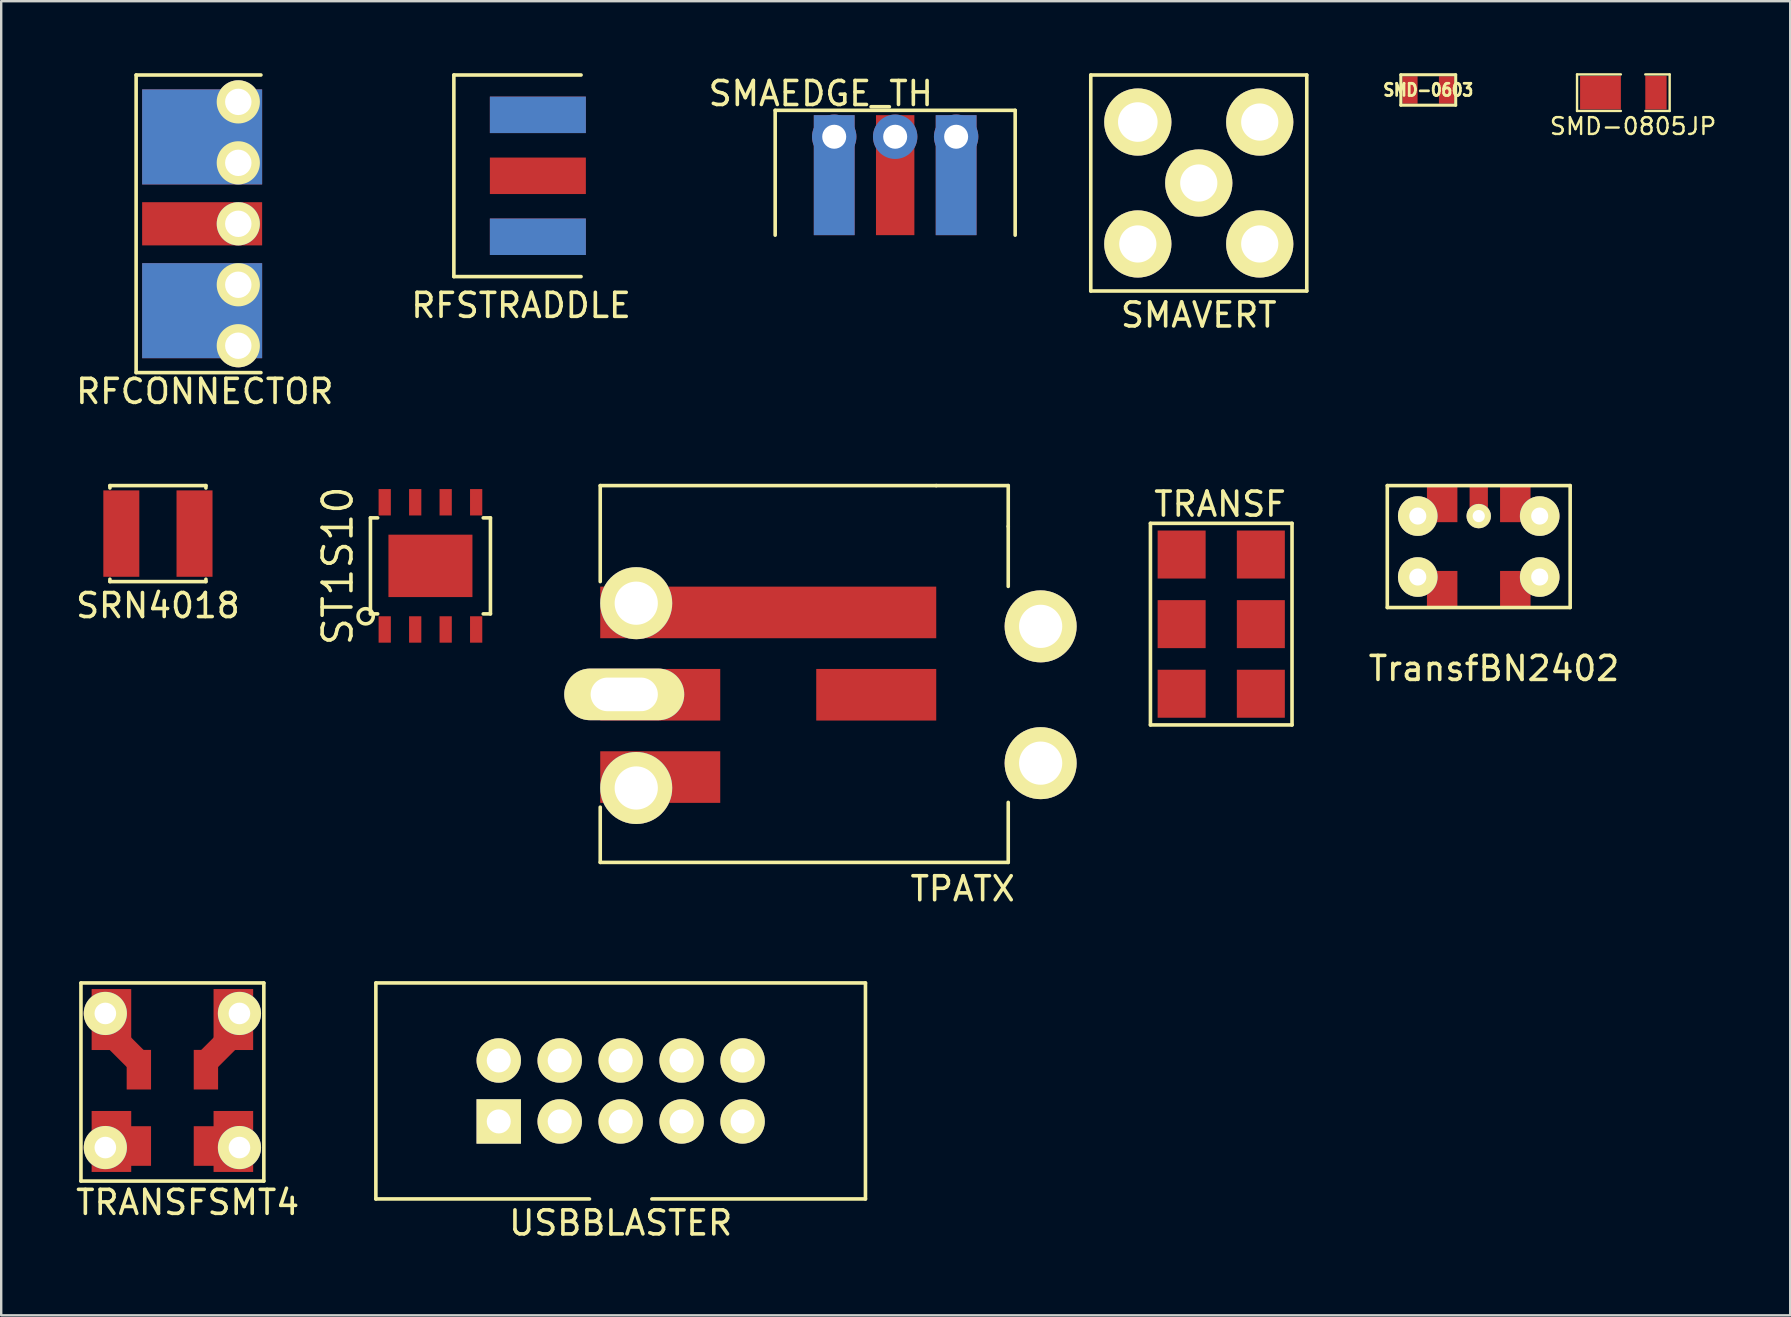
<source format=kicad_pcb>
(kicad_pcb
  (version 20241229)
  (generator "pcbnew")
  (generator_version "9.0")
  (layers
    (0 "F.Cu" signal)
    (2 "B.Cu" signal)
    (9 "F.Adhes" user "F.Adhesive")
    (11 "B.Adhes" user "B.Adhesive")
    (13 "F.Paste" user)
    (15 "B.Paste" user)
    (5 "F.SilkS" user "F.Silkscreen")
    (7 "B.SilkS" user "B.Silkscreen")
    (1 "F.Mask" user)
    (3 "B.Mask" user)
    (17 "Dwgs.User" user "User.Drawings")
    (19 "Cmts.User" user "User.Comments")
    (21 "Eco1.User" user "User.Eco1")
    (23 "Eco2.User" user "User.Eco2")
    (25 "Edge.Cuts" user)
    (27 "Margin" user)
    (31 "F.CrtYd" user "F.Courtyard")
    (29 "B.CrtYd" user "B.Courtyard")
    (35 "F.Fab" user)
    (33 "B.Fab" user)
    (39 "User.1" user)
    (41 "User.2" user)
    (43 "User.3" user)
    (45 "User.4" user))
  (footprint "SMAEDGE_TH"
    (layer "F.Cu")
    (at 34.249 6.948)
    (property "Reference" "SMAEDGE_TH" (at -3.1 -6.1 0) (layer "F.SilkS") (effects (font (size 1 1) (thickness 0.15))))
    (attr through_hole)
    (fp_line (start -5 -5.4) (end 5 -5.4) (stroke (width 0.15) (type solid)) (layer "F.SilkS"))
    (fp_line (start -5 -0.2) (end -5 -5.4) (stroke (width 0.15) (type solid)) (layer "F.SilkS"))
    (fp_line (start 5 -5.4) (end 5 -0.2) (stroke (width 0.15) (type solid)) (layer "F.SilkS"))
    (pad "1" thru_hole circle (at 0 -4.3) (size 1.85 1.85) (drill 1) (layers "*.Cu" "*.Mask"))
    (pad "1" smd rect (at 0 -2.7) (size 1.6 5) (layers "F.Cu" "F.Mask" "F.Paste"))
    (pad "2" thru_hole circle (at -2.54 -4.3) (size 1.85 1.85) (drill 1) (layers "*.Cu" "*.Mask"))
    (pad "2" smd rect (at -2.54 -2.7) (size 1.7 5) (layers "F.Cu" "F.Mask" "F.Paste"))
    (pad "2" smd rect (at -2.54 -2.7) (size 1.7 5) (layers "B.Cu" "B.Mask" "B.Paste"))
    (pad "2" thru_hole circle (at 2.54 -4.3) (size 1.85 1.85) (drill 1) (layers "*.Cu" "*.Mask"))
    (pad "2" smd rect (at 2.54 -2.7) (size 1.7 5) (layers "F.Cu" "F.Mask" "F.Paste"))
    (pad "2" smd rect (at 2.54 -2.7) (size 1.7 5) (layers "*.Paste" "B.Cu" "B.Mask")))
  (footprint "SMAVERT"
    (layer "F.Cu")
    (at 46.899 4.575)
    (property "Reference" "SMAVERT" (at 0 5.5 0) (layer "F.SilkS") (effects (font (size 1 1) (thickness 0.15))))
    (attr through_hole)
    (fp_line (start -4.5 -4.5) (end -4.5 4.5) (stroke (width 0.15) (type solid)) (layer "F.SilkS"))
    (fp_line (start -4.5 4.5) (end 4.5 4.5) (stroke (width 0.15) (type solid)) (layer "F.SilkS"))
    (fp_line (start 4.5 -4.5) (end -4.5 -4.5) (stroke (width 0.15) (type solid)) (layer "F.SilkS"))
    (fp_line (start 4.5 4.5) (end 4.5 -4.5) (stroke (width 0.15) (type solid)) (layer "F.SilkS"))
    (pad "1" thru_hole circle (at 0 0) (size 2.8 2.8) (drill 1.55) (layers "*.Cu" "*.Mask" "F.SilkS"))
    (pad "2" thru_hole circle (at -2.54 -2.54) (size 2.8 2.8) (drill 1.65) (layers "*.Cu" "*.Mask" "F.SilkS"))
    (pad "2" thru_hole circle (at -2.54 2.54) (size 2.8 2.8) (drill 1.55) (layers "*.Cu" "*.Mask" "F.SilkS"))
    (pad "2" thru_hole circle (at 2.54 -2.54) (size 2.8 2.8) (drill 1.55) (layers "*.Cu" "*.Mask" "F.SilkS"))
    (pad "2" thru_hole circle (at 2.54 2.54) (size 2.8 2.8) (drill 1.55) (layers "*.Cu" "*.Mask" "F.SilkS")))
  (footprint "SMD-0603"
    (layer "F.Cu")
    (at 56.461 0.699)
    (property "Reference" "SMD-0603" (at 0 0 0) (layer "F.SilkS") (effects (font (size 0.508 0.457) (thickness 0.114))))
    (attr smd)
    (fp_line (start -1.143 -0.635) (end 1.143 -0.635) (stroke (width 0.127) (type solid)) (layer "F.SilkS"))
    (fp_line (start -1.143 0.635) (end -1.143 -0.635) (stroke (width 0.127) (type solid)) (layer "F.SilkS"))
    (fp_line (start 1.143 -0.635) (end 1.143 0.635) (stroke (width 0.127) (type solid)) (layer "F.SilkS"))
    (fp_line (start 1.143 0.635) (end -1.143 0.635) (stroke (width 0.127) (type solid)) (layer "F.SilkS"))
    (pad "1" smd rect (at -0.762 0) (size 0.635 1.143) (layers "F.Cu" "F.Mask" "F.Paste"))
    (pad "2" smd rect (at 0.762 0) (size 0.635 1.143) (layers "F.Cu" "F.Mask" "F.Paste")))
  (footprint "TPATX"
    (layer "F.Cu")
    (at 28.96 24.183)
    (property "Reference" "TPATX" (at 8.1 9.8 0) (layer "F.SilkS") (effects (font (size 1 1) (thickness 0.15))))
    (attr through_hole)
    (fp_line (start -7 -7) (end 7 -7) (stroke (width 0.15) (type solid)) (layer "F.SilkS"))
    (fp_line (start -7 -3) (end -7 -7) (stroke (width 0.15) (type solid)) (layer "F.SilkS"))
    (fp_line (start -7 6.4) (end -7 8.7) (stroke (width 0.15) (type solid)) (layer "F.SilkS"))
    (fp_line (start -7 8.7) (end 10 8.7) (stroke (width 0.15) (type solid)) (layer "F.SilkS"))
    (fp_line (start 7 -7) (end 10 -7) (stroke (width 0.15) (type solid)) (layer "F.SilkS"))
    (fp_line (start 10 -7) (end 10 -5.3) (stroke (width 0.15) (type solid)) (layer "F.SilkS"))
    (fp_line (start 10 -5.3) (end 10 -2.8) (stroke (width 0.15) (type solid)) (layer "F.SilkS"))
    (fp_line (start 10 8.7) (end 10 6.2) (stroke (width 0.15) (type solid)) (layer "F.SilkS"))
    (pad "1" thru_hole circle (at -5.5 -2.1) (size 3 3) (drill 1.8) (layers "*.Cu" "*.Mask" "F.SilkS"))
    (pad "1" smd rect (at 0 -1.715) (size 14 2.15) (layers "F.Cu" "F.Mask" "F.Paste"))
    (pad "2" thru_hole oval (at -6 1.7) (size 5 2.15) (drill oval 2.8 1.4) (layers "*.Cu" "*.Mask" "F.SilkS"))
    (pad "2" smd rect (at -4.5 1.715) (size 5 2.15) (layers "F.Cu" "F.Mask" "F.Paste"))
    (pad "3" thru_hole circle (at -5.5 5.6) (size 3 3) (drill 1.8) (layers "*.Cu" "*.Mask" "F.SilkS"))
    (pad "3" smd rect (at -4.5 5.145) (size 5 2.15) (layers "F.Cu" "F.Mask" "F.Paste"))
    (pad "4" thru_hole circle (at 11.35 4.565) (size 3 3) (drill 1.8) (layers "*.Cu" "*.Mask" "F.SilkS"))
    (pad "5" smd rect (at 4.5 1.715) (size 5 2.15) (layers "F.Cu" "F.Mask" "F.Paste"))
    (pad "5" thru_hole circle (at 11.35 -1.135) (size 3 3) (drill 1.8) (layers "*.Cu" "*.Mask" "F.SilkS")))
  (footprint "RFCONNECTOR"
    (layer "F.Cu")
    (at 8.022 6.275)
    (property "Reference" "RFCONNECTOR" (at -2.54 6.985 0) (layer "F.SilkS") (effects (font (size 1 1) (thickness 0.15))))
    (attr through_hole)
    (fp_line (start -5.4 -6.2) (end -0.2 -6.2) (stroke (width 0.15) (type solid)) (layer "F.SilkS"))
    (fp_line (start -5.4 6.2) (end -5.4 -6.2) (stroke (width 0.15) (type solid)) (layer "F.SilkS"))
    (fp_line (start -0.2 6.2) (end -5.4 6.2) (stroke (width 0.15) (type solid)) (layer "F.SilkS"))
    (pad "1" smd rect (at -2.65 0) (size 5 1.8) (layers "F.Cu" "F.Mask" "F.Paste"))
    (pad "1" thru_hole circle (at -1.143 0) (size 1.8 1.8) (drill 1.1) (layers "*.Cu" "*.Mask" "F.SilkS"))
    (pad "2" smd rect (at -2.65 -3.62) (size 5 3.96) (layers "F.Cu" "F.Mask" "F.Paste"))
    (pad "2" smd rect (at -2.65 -3.62) (size 5 3.96) (layers "B.Cu" "B.Mask" "B.Paste"))
    (pad "2" smd rect (at -2.65 3.62) (size 5 3.96) (layers "F.Cu" "F.Mask" "F.Paste"))
    (pad "2" smd rect (at -2.65 3.62) (size 5 3.96) (layers "B.Cu" "B.Mask" "B.Paste"))
    (pad "2" thru_hole circle (at -1.143 -5.08) (size 1.8 1.8) (drill 1.1) (layers "*.Cu" "*.Mask" "F.SilkS"))
    (pad "2" thru_hole circle (at -1.143 -2.54) (size 1.8 1.8) (drill 1.1) (layers "*.Cu" "*.Mask" "F.SilkS"))
    (pad "2" thru_hole circle (at -1.143 2.54) (size 1.8 1.8) (drill 1.1) (layers "*.Cu" "*.Mask" "F.SilkS"))
    (pad "2" thru_hole circle (at -1.143 5.08) (size 1.8 1.8) (drill 1.1) (layers "*.Cu" "*.Mask" "F.SilkS")))
  (footprint "SRN4018"
    (layer "F.Cu")
    (at 3.53 19.183)
    (property "Reference" "SRN4018" (at 0 3 0) (layer "F.SilkS") (effects (font (size 1 1) (thickness 0.15))))
    (attr through_hole)
    (fp_line (start -2 -2) (end 2 -2) (stroke (width 0.15) (type solid)) (layer "F.SilkS"))
    (fp_line (start -2 -1.9) (end -2 -2) (stroke (width 0.15) (type solid)) (layer "F.SilkS"))
    (fp_line (start -2 1.9) (end -2 2) (stroke (width 0.15) (type solid)) (layer "F.SilkS"))
    (fp_line (start -2 2) (end 2 2) (stroke (width 0.15) (type solid)) (layer "F.SilkS"))
    (fp_line (start 2 -2) (end 2 -1.9) (stroke (width 0.15) (type solid)) (layer "F.SilkS"))
    (fp_line (start 2 2) (end 2 1.9) (stroke (width 0.15) (type solid)) (layer "F.SilkS"))
    (pad "1" smd rect (at -1.525 0) (size 1.5 3.6) (layers "F.Cu" "F.Mask" "F.Paste"))
    (pad "2" smd rect (at 1.525 0) (size 1.5 3.6) (layers "F.Cu" "F.Mask" "F.Paste")))
  (footprint "TransfBN2402"
    (layer "F.Cu")
    (at 58.564 19.723)
    (property "Reference" "TransfBN2402" (at 0.635 5.08 0) (layer "F.SilkS") (effects (font (size 1 1) (thickness 0.15))))
    (attr through_hole)
    (fp_line (start -3.81 -2.54) (end -3.81 2.54) (stroke (width 0.15) (type solid)) (layer "F.SilkS"))
    (fp_line (start -3.81 -2.54) (end 3.81 -2.54) (stroke (width 0.15) (type solid)) (layer "F.SilkS"))
    (fp_line (start -3.81 2.54) (end 3.81 2.54) (stroke (width 0.15) (type solid)) (layer "F.SilkS"))
    (fp_line (start 3.81 2.54) (end 3.81 -2.54) (stroke (width 0.15) (type solid)) (layer "F.SilkS"))
    (pad "1" smd rect (at 1.524 -1.778) (size 1.27 1.524) (layers "F.Cu" "F.Mask" "F.Paste"))
    (pad "1" thru_hole circle (at 2.54 -1.27) (size 1.651 1.651) (drill 0.711) (layers "*.Cu" "*.Mask" "F.SilkS"))
    (pad "2" smd rect (at 0 -2.032) (size 0.762 1.016) (layers "F.Cu" "F.Mask" "F.Paste"))
    (pad "2" thru_hole circle (at 0 -1.27) (size 1.016 1.016) (drill 0.508) (layers "*.Cu" "*.Mask" "F.SilkS"))
    (pad "3" thru_hole circle (at -2.54 -1.27) (size 1.651 1.651) (drill 0.711) (layers "*.Cu" "*.Mask" "F.SilkS"))
    (pad "3" smd rect (at -1.524 -1.778) (size 1.27 1.524) (layers "F.Cu" "F.Mask" "F.Paste"))
    (pad "4" thru_hole circle (at -2.54 1.27) (size 1.651 1.651) (drill 0.711) (layers "*.Cu" "*.Mask" "F.SilkS"))
    (pad "4" smd rect (at -1.524 1.778) (size 1.27 1.524) (layers "F.Cu" "F.Mask" "F.Paste"))
    (pad "6" smd rect (at 1.524 1.778) (size 1.27 1.524) (layers "F.Cu" "F.Mask" "F.Paste"))
    (pad "6" thru_hole circle (at 2.54 1.27) (size 1.651 1.651) (drill 0.711) (layers "*.Cu" "*.Mask" "F.SilkS")))
  (footprint "ST1S10"
    (layer "F.Cu")
    (at 14.885 20.528)
    (property "Reference" "ST1S10" (at -3.86 0 90) (layer "F.SilkS") (effects (font (size 1.2 1.2) (thickness 0.15))))
    (attr through_hole)
    (fp_line (start -2.5 -2) (end -2.5 2) (stroke (width 0.15) (type solid)) (layer "F.SilkS"))
    (fp_line (start -2.5 2) (end -2.2 2) (stroke (width 0.15) (type solid)) (layer "F.SilkS"))
    (fp_line (start -2.2 -2) (end -2.5 -2) (stroke (width 0.15) (type solid)) (layer "F.SilkS"))
    (fp_line (start 2.2 2) (end 2.5 2) (stroke (width 0.15) (type solid)) (layer "F.SilkS"))
    (fp_line (start 2.5 -2) (end 2.2 -2) (stroke (width 0.15) (type solid)) (layer "F.SilkS"))
    (fp_line (start 2.5 2) (end 2.5 -2) (stroke (width 0.15) (type solid)) (layer "F.SilkS"))
    (fp_circle (center -2.7 2.1) (end -2.8 1.8) (stroke (width 0.15) (type solid)) (fill no) (layer "F.SilkS"))
    (pad "1" smd rect (at -1.905 2.65) (size 0.51 1.1) (layers "F.Cu" "F.Mask" "F.Paste"))
    (pad "2" smd rect (at -0.635 2.65) (size 0.51 1.1) (layers "F.Cu" "F.Mask" "F.Paste"))
    (pad "3" smd rect (at 0.635 2.65) (size 0.51 1.1) (layers "F.Cu" "F.Mask" "F.Paste"))
    (pad "4" smd rect (at 1.905 2.65) (size 0.51 1.1) (layers "F.Cu" "F.Mask" "F.Paste"))
    (pad "5" smd rect (at 1.905 -2.65) (size 0.51 1.1) (layers "F.Cu" "F.Mask" "F.Paste"))
    (pad "6" smd rect (at 0.635 -2.65) (size 0.51 1.1) (layers "F.Cu" "F.Mask" "F.Paste"))
    (pad "7" smd rect (at -0.635 -2.65) (size 0.51 1.1) (layers "F.Cu" "F.Mask" "F.Paste"))
    (pad "8" smd rect (at -1.905 -2.65) (size 0.51 1.1) (layers "F.Cu" "F.Mask" "F.Paste"))
    (pad "9" smd rect (at 0 0) (size 3.5 2.6) (layers "F.Cu" "F.Mask" "F.Paste")))
  (footprint "USBBLASTER"
    (layer "F.Cu")
    (at 22.811 42.407)
    (property "Reference" "USBBLASTER" (at 0 5.5 0) (layer "F.SilkS") (effects (font (size 1 1) (thickness 0.15))))
    (attr through_hole)
    (fp_line (start -10.2 -4.5) (end 10.2 -4.5) (stroke (width 0.15) (type solid)) (layer "F.SilkS"))
    (fp_line (start -10.2 4.5) (end -10.2 -4.5) (stroke (width 0.15) (type solid)) (layer "F.SilkS"))
    (fp_line (start -1.3 4.5) (end -10.2 4.5) (stroke (width 0.15) (type solid)) (layer "F.SilkS"))
    (fp_line (start 10.2 -4.5) (end 10.2 4.5) (stroke (width 0.15) (type solid)) (layer "F.SilkS"))
    (fp_line (start 10.2 4.5) (end 1.3 4.5) (stroke (width 0.15) (type solid)) (layer "F.SilkS"))
    (pad "1" thru_hole rect (at -5.08 1.27) (size 1.85 1.85) (drill 1) (layers "*.Cu" "*.Mask" "F.SilkS"))
    (pad "2" thru_hole circle (at -5.08 -1.27) (size 1.85 1.85) (drill 1) (layers "*.Cu" "*.Mask" "F.SilkS"))
    (pad "3" thru_hole circle (at -2.54 1.27) (size 1.85 1.85) (drill 1) (layers "*.Cu" "*.Mask" "F.SilkS"))
    (pad "4" thru_hole circle (at -2.54 -1.27) (size 1.85 1.85) (drill 1) (layers "*.Cu" "*.Mask" "F.SilkS"))
    (pad "5" thru_hole circle (at 0 1.27) (size 1.85 1.85) (drill 1) (layers "*.Cu" "*.Mask" "F.SilkS"))
    (pad "6" thru_hole circle (at 0 -1.27) (size 1.85 1.85) (drill 1) (layers "*.Cu" "*.Mask" "F.SilkS"))
    (pad "7" thru_hole circle (at 2.54 1.27) (size 1.85 1.85) (drill 1) (layers "*.Cu" "*.Mask" "F.SilkS"))
    (pad "8" thru_hole circle (at 2.54 -1.27) (size 1.85 1.85) (drill 1) (layers "*.Cu" "*.Mask" "F.SilkS"))
    (pad "9" thru_hole circle (at 5.08 1.27) (size 1.85 1.85) (drill 1) (layers "*.Cu" "*.Mask" "F.SilkS"))
    (pad "10" thru_hole circle (at 5.08 -1.27) (size 1.85 1.85) (drill 1) (layers "*.Cu" "*.Mask" "F.SilkS")))
  (footprint "TRANSF"
    (layer "F.Cu")
    (at 45.985 26.056)
    (property "Reference" "TRANSF" (at 1.8 -8.1 0) (layer "F.SilkS") (effects (font (size 1 1) (thickness 0.15))))
    (attr through_hole)
    (fp_line (start -1.1 -7.3) (end -1.1 1.1) (stroke (width 0.15) (type solid)) (layer "F.SilkS"))
    (fp_line (start -1.1 -7.3) (end 4.8 -7.3) (stroke (width 0.15) (type solid)) (layer "F.SilkS"))
    (fp_line (start 4.8 -7.3) (end 4.8 1.1) (stroke (width 0.15) (type solid)) (layer "F.SilkS"))
    (fp_line (start 4.8 1.1) (end -1.1 1.1) (stroke (width 0.15) (type solid)) (layer "F.SilkS"))
    (pad "1" smd rect (at 0.2 -0.2) (size 2 2) (layers "F.Cu" "F.Mask" "F.Paste"))
    (pad "2" smd rect (at 0.2 -3.1) (size 2 2) (layers "F.Cu" "F.Mask" "F.Paste"))
    (pad "3" smd rect (at 3.5 -0.2) (size 2 2) (layers "F.Cu" "F.Mask" "F.Paste"))
    (pad "4" smd rect (at 0.2 -6) (size 2 2) (layers "F.Cu" "F.Mask" "F.Paste"))
    (pad "5" smd rect (at 3.5 -6) (size 2 2) (layers "F.Cu" "F.Mask" "F.Paste"))
    (pad "6" smd rect (at 3.5 -3.1) (size 2 2) (layers "F.Cu" "F.Mask" "F.Paste")))
  (footprint "RFSTRADDLE"
    (layer "F.Cu")
    (at 19.361 4.275)
    (property "Reference" "RFSTRADDLE" (at -0.7 5.4 0) (layer "F.SilkS") (effects (font (size 1 1) (thickness 0.15))))
    (attr through_hole)
    (fp_line (start -3.5 -4.2) (end -3.5 4.2) (stroke (width 0.15) (type solid)) (layer "F.SilkS"))
    (fp_line (start 1.8 -4.2) (end -3.5 -4.2) (stroke (width 0.15) (type solid)) (layer "F.SilkS"))
    (fp_line (start 1.8 4.2) (end -3.5 4.2) (stroke (width 0.15) (type solid)) (layer "F.SilkS"))
    (pad "1" smd rect (at 0 0) (size 4 1.52) (layers "F.Cu" "F.Mask" "F.Paste"))
    (pad "2" smd rect (at 0 -2.54) (size 4 1.52) (layers "F.Cu" "F.Mask" "F.Paste"))
    (pad "2" smd rect (at 0 -2.54) (size 4 1.52) (layers "F.Mask" "B.Cu" "F.Paste"))
    (pad "2" smd rect (at 0 2.54) (size 4 1.52) (layers "F.Cu" "F.Mask" "F.Paste"))
    (pad "2" smd rect (at 0 2.54) (size 4 1.52) (layers "F.Mask" "B.Cu" "F.Paste")))
  (footprint "TRANSFSMT4"
    (layer "F.Cu")
    (at 4.133 41.971)
    (property "Reference" "TRANSFSMT4" (at 0.635 5.08 0) (layer "F.SilkS") (effects (font (size 1 1) (thickness 0.15))))
    (attr through_hole)
    (fp_line (start -3.81 -4.064) (end -3.81 4.191) (stroke (width 0.15) (type solid)) (layer "F.SilkS"))
    (fp_line (start -3.81 -4.064) (end 3.81 -4.064) (stroke (width 0.15) (type solid)) (layer "F.SilkS"))
    (fp_line (start -3.81 4.191) (end 3.81 4.191) (stroke (width 0.15) (type solid)) (layer "F.SilkS"))
    (fp_line (start 3.81 4.191) (end 3.81 -4.064) (stroke (width 0.15) (type solid)) (layer "F.SilkS"))
    (pad "1" smd rect (at 1.397 -0.45) (size 1.015 1.65) (layers "F.Cu" "F.Mask" "F.Paste"))
    (pad "1" smd rect (at 1.905 -1.27 45) (size 1 1) (layers "F.Cu" "F.Mask" "F.Paste"))
    (pad "1" smd rect (at 2.54 -2.54) (size 1.65 2.54) (layers "F.Cu" "F.Mask" "F.Paste"))
    (pad "1" thru_hole circle (at 2.794 -2.794) (size 1.8 1.8) (drill 0.9) (layers "*.Cu" "*.Mask" "F.SilkS"))
    (pad "2" thru_hole circle (at -2.794 -2.794) (size 1.8 1.8) (drill 0.9) (layers "*.Cu" "*.Mask" "F.SilkS"))
    (pad "2" smd rect (at -2.54 -2.54) (size 1.65 2.54) (layers "F.Cu" "F.Mask" "F.Paste"))
    (pad "2" smd rect (at -1.905 -1.27 45) (size 1 1) (layers "F.Cu" "F.Mask" "F.Paste"))
    (pad "2" smd rect (at -1.397 -0.45) (size 1.015 1.65) (layers "F.Cu" "F.Mask" "F.Paste"))
    (pad "3" thru_hole circle (at -2.794 2.794) (size 1.8 1.8) (drill 0.9) (layers "*.Cu" "*.Mask" "F.SilkS"))
    (pad "3" smd rect (at -2.54 2.54) (size 1.65 2.54) (layers "F.Cu" "F.Mask" "F.Paste"))
    (pad "3" smd rect (at -1.397 2.73) (size 1.015 1.65) (layers "F.Cu" "F.Mask" "F.Paste"))
    (pad "4" smd rect (at 1.397 2.73) (size 1.015 1.65) (layers "F.Cu" "F.Mask" "F.Paste"))
    (pad "4" smd rect (at 2.54 2.54) (size 1.65 2.54) (layers "F.Cu" "F.Mask" "F.Paste"))
    (pad "4" thru_hole circle (at 2.794 2.794) (size 1.8 1.8) (drill 0.9) (layers "*.Cu" "*.Mask" "F.SilkS")))
  (footprint "SMD-0805JP"
    (layer "F.Cu")
    (at 64.995 0.812)
    (property "Reference" "SMD-0805JP" (at 0 1.4 0) (layer "F.SilkS") (effects (font (size 0.7 0.7) (thickness 0.1))))
    (attr smd)
    (fp_line (start -2.335 -0.762) (end -0.508 -0.762) (stroke (width 0.099) (type solid)) (layer "F.SilkS"))
    (fp_line (start -2.335 0.762) (end -2.335 -0.762) (stroke (width 0.099) (type solid)) (layer "F.SilkS"))
    (fp_line (start -0.508 0.762) (end -2.335 0.762) (stroke (width 0.099) (type solid)) (layer "F.SilkS"))
    (fp_line (start 0.508 -0.762) (end 1.524 -0.762) (stroke (width 0.099) (type solid)) (layer "F.SilkS"))
    (fp_line (start 1.524 -0.762) (end 1.524 0.762) (stroke (width 0.099) (type solid)) (layer "F.SilkS"))
    (fp_line (start 1.524 0.762) (end 0.508 0.762) (stroke (width 0.099) (type solid)) (layer "F.SilkS"))
    (pad "1" smd rect (at -1.358 0) (size 1.7 1.397) (layers "F.Cu" "F.Mask" "F.Paste"))
    (pad "2" smd rect (at 0.953 0) (size 0.889 1.397) (layers "F.Cu" "F.Mask" "F.Paste")))
  (gr_rect
    (start -3 -3)
    (end 71.542 51.755)
    (stroke (width 0.1) (type default))
    (fill no)
    (layer "Edge.Cuts")))
</source>
